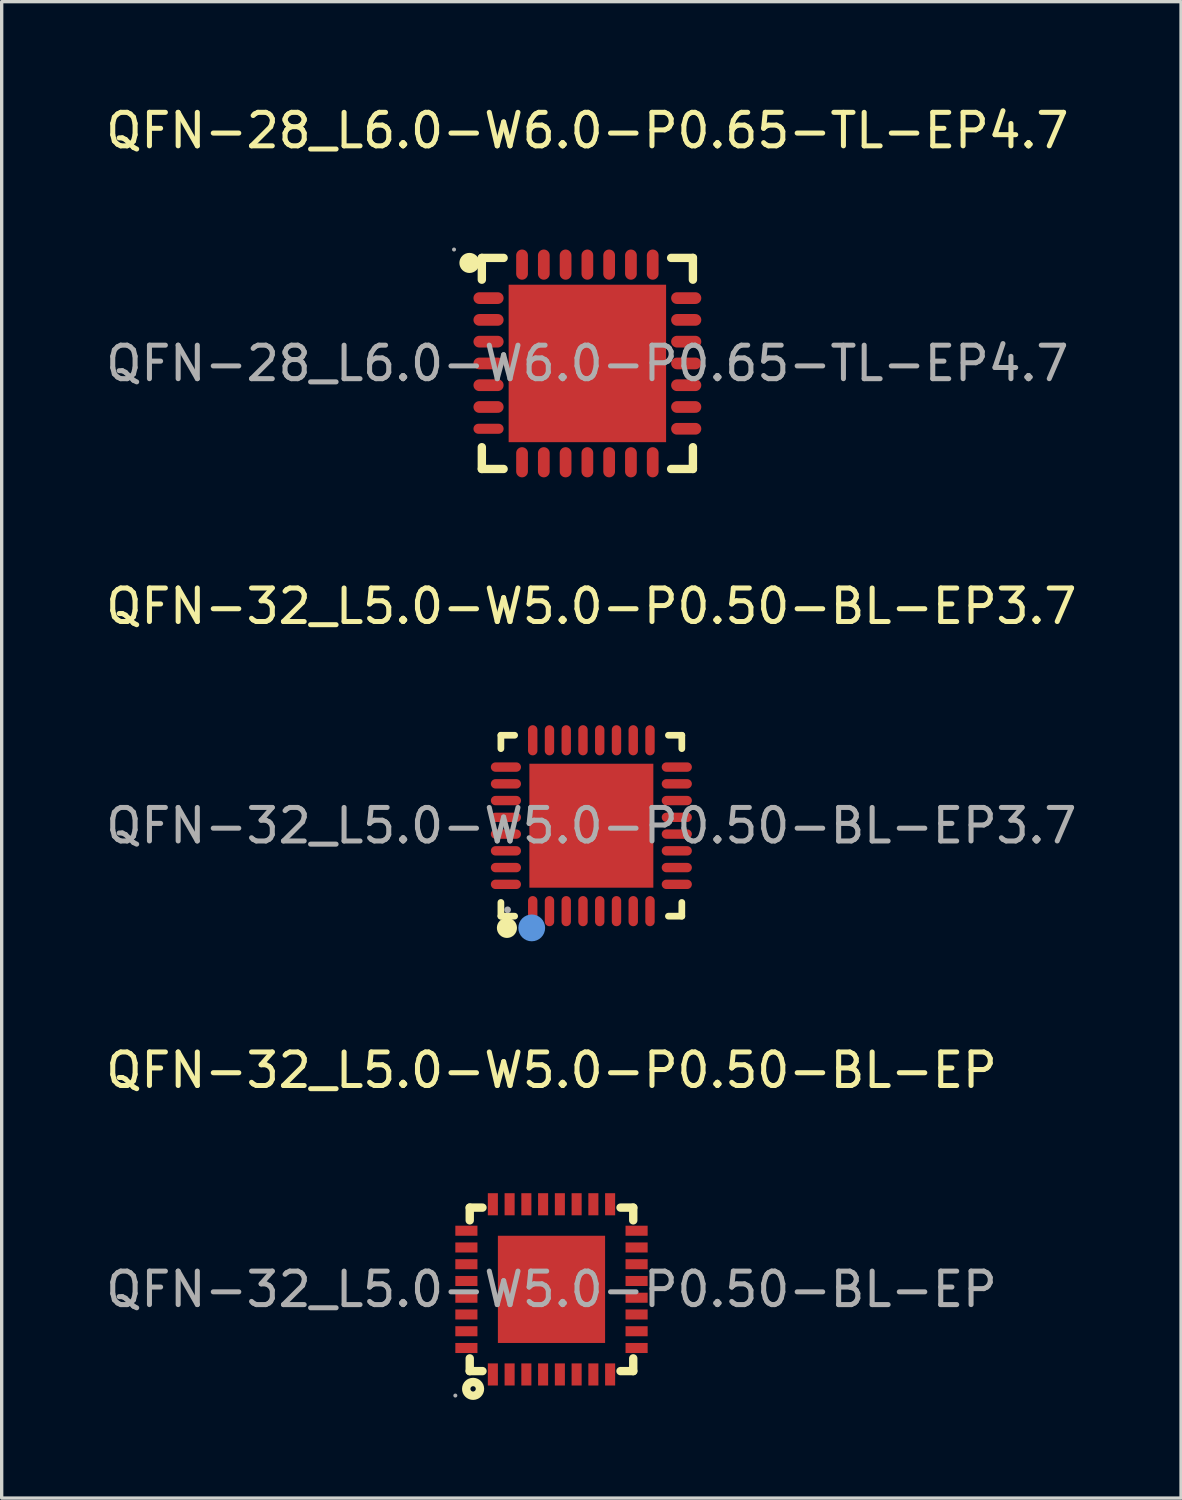
<source format=kicad_pcb>
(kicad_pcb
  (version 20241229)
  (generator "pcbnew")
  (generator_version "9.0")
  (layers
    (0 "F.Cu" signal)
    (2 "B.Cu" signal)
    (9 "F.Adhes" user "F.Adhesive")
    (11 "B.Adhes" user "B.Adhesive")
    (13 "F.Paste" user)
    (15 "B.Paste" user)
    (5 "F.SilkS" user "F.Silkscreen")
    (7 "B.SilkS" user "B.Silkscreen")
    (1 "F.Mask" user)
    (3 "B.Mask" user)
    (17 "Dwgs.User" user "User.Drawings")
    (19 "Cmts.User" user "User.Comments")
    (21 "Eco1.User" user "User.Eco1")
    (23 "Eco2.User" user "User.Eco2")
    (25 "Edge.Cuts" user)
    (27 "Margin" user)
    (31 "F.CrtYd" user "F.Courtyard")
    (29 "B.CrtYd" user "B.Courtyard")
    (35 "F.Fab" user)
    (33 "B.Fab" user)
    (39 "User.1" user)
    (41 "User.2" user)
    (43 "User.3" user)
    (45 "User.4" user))
  (footprint "QFN-32_L5.0-W5.0-P0.50-BL-EP"
    (layer "F.Cu")
    (at 13.411 35.435)
    (property "Reference" "QFN-32_L5.0-W5.0-P0.50-BL-EP" (at 0 -6.54 0) (layer "F.SilkS") (effects (font (size 1 1) (thickness 0.15))))
    (attr through_hole)
    (fp_line (start -2.44 -2.44) (end -2.06 -2.44) (stroke (width 0.25) (type solid)) (layer "F.SilkS"))
    (fp_line (start -2.44 -2.06) (end -2.44 -2.44) (stroke (width 0.25) (type solid)) (layer "F.SilkS"))
    (fp_line (start -2.44 2.44) (end -2.44 2.06) (stroke (width 0.25) (type solid)) (layer "F.SilkS"))
    (fp_line (start -2.06 2.44) (end -2.44 2.44) (stroke (width 0.25) (type solid)) (layer "F.SilkS"))
    (fp_line (start 2.06 -2.44) (end 2.44 -2.44) (stroke (width 0.25) (type solid)) (layer "F.SilkS"))
    (fp_line (start 2.44 -2.44) (end 2.44 -2.06) (stroke (width 0.25) (type solid)) (layer "F.SilkS"))
    (fp_line (start 2.44 2.06) (end 2.44 2.44) (stroke (width 0.25) (type solid)) (layer "F.SilkS"))
    (fp_line (start 2.44 2.44) (end 2.06 2.44) (stroke (width 0.25) (type solid)) (layer "F.SilkS"))
    (fp_circle (center -2.34 2.97) (end -2.26 2.97) (stroke (width 0.25) (type solid)) (fill no) (layer "F.SilkS"))
    (fp_circle (center -2.87 3.17) (end -2.84 3.17) (stroke (width 0.06) (type solid)) (fill no) (layer "F.Fab"))
    (fp_text user "${REFERENCE}" (at 0 0 0) (layer "F.Fab") (effects (font (size 1 1) (thickness 0.15))))
    (pad "1" smd rect (at -1.75 2.54 90) (size 0.66 0.3) (layers "F.Cu" "F.Mask" "F.Paste"))
    (pad "2" smd rect (at -1.25 2.54 90) (size 0.66 0.3) (layers "F.Cu" "F.Mask" "F.Paste"))
    (pad "3" smd rect (at -0.75 2.54 90) (size 0.66 0.3) (layers "F.Cu" "F.Mask" "F.Paste"))
    (pad "4" smd rect (at -0.25 2.54 90) (size 0.66 0.3) (layers "F.Cu" "F.Mask" "F.Paste"))
    (pad "5" smd rect (at 0.25 2.54 90) (size 0.66 0.3) (layers "F.Cu" "F.Mask" "F.Paste"))
    (pad "6" smd rect (at 0.75 2.54 90) (size 0.66 0.3) (layers "F.Cu" "F.Mask" "F.Paste"))
    (pad "7" smd rect (at 1.25 2.54 90) (size 0.66 0.3) (layers "F.Cu" "F.Mask" "F.Paste"))
    (pad "8" smd rect (at 1.75 2.54 90) (size 0.66 0.3) (layers "F.Cu" "F.Mask" "F.Paste"))
    (pad "9" smd rect (at 2.54 1.75 90) (size 0.3 0.66) (layers "F.Cu" "F.Mask" "F.Paste"))
    (pad "10" smd rect (at 2.54 1.25 90) (size 0.3 0.66) (layers "F.Cu" "F.Mask" "F.Paste"))
    (pad "11" smd rect (at 2.54 0.75 90) (size 0.3 0.66) (layers "F.Cu" "F.Mask" "F.Paste"))
    (pad "12" smd rect (at 2.54 0.25 90) (size 0.3 0.66) (layers "F.Cu" "F.Mask" "F.Paste"))
    (pad "13" smd rect (at 2.54 -0.25 90) (size 0.3 0.66) (layers "F.Cu" "F.Mask" "F.Paste"))
    (pad "14" smd rect (at 2.54 -0.75 90) (size 0.3 0.66) (layers "F.Cu" "F.Mask" "F.Paste"))
    (pad "15" smd rect (at 2.54 -1.25 90) (size 0.3 0.66) (layers "F.Cu" "F.Mask" "F.Paste"))
    (pad "16" smd rect (at 2.54 -1.75 90) (size 0.3 0.66) (layers "F.Cu" "F.Mask" "F.Paste"))
    (pad "17" smd rect (at 1.75 -2.54 90) (size 0.66 0.3) (layers "F.Cu" "F.Mask" "F.Paste"))
    (pad "18" smd rect (at 1.25 -2.54 90) (size 0.66 0.3) (layers "F.Cu" "F.Mask" "F.Paste"))
    (pad "19" smd rect (at 0.75 -2.54 90) (size 0.66 0.3) (layers "F.Cu" "F.Mask" "F.Paste"))
    (pad "20" smd rect (at 0.25 -2.54 90) (size 0.66 0.3) (layers "F.Cu" "F.Mask" "F.Paste"))
    (pad "21" smd rect (at -0.25 -2.54 90) (size 0.66 0.3) (layers "F.Cu" "F.Mask" "F.Paste"))
    (pad "22" smd rect (at -0.75 -2.54 90) (size 0.66 0.3) (layers "F.Cu" "F.Mask" "F.Paste"))
    (pad "23" smd rect (at -1.25 -2.54 90) (size 0.66 0.3) (layers "F.Cu" "F.Mask" "F.Paste"))
    (pad "24" smd rect (at -1.75 -2.54 90) (size 0.66 0.3) (layers "F.Cu" "F.Mask" "F.Paste"))
    (pad "25" smd rect (at -2.54 -1.75 90) (size 0.3 0.66) (layers "F.Cu" "F.Mask" "F.Paste"))
    (pad "26" smd rect (at -2.54 -1.25 90) (size 0.3 0.66) (layers "F.Cu" "F.Mask" "F.Paste"))
    (pad "27" smd rect (at -2.54 -0.75 90) (size 0.3 0.66) (layers "F.Cu" "F.Mask" "F.Paste"))
    (pad "28" smd rect (at -2.54 -0.25 90) (size 0.3 0.66) (layers "F.Cu" "F.Mask" "F.Paste"))
    (pad "29" smd rect (at -2.54 0.25 90) (size 0.3 0.66) (layers "F.Cu" "F.Mask" "F.Paste"))
    (pad "30" smd rect (at -2.54 0.75 90) (size 0.3 0.66) (layers "F.Cu" "F.Mask" "F.Paste"))
    (pad "31" smd rect (at -2.54 1.25 90) (size 0.3 0.66) (layers "F.Cu" "F.Mask" "F.Paste"))
    (pad "32" smd rect (at -2.54 1.75 90) (size 0.3 0.66) (layers "F.Cu" "F.Mask" "F.Paste"))
    (pad "33" smd rect (at 0 0 90) (size 3.2 3.2) (layers "F.Cu" "F.Mask" "F.Paste")))
  (footprint "QFN-32_L5.0-W5.0-P0.50-BL-EP3.7"
    (layer "F.Cu")
    (at 14.601 21.596)
    (property "Reference" "QFN-32_L5.0-W5.0-P0.50-BL-EP3.7" (at 0 -6.55 0) (layer "F.SilkS") (effects (font (size 1 1) (thickness 0.15))))
    (attr through_hole)
    (fp_line (start -2.7 -2.7) (end -2.29 -2.7) (stroke (width 0.2) (type solid)) (layer "F.SilkS"))
    (fp_line (start -2.7 -2.3) (end -2.7 -2.7) (stroke (width 0.2) (type solid)) (layer "F.SilkS"))
    (fp_line (start -2.7 2.7) (end -2.7 2.29) (stroke (width 0.2) (type solid)) (layer "F.SilkS"))
    (fp_line (start -2.29 2.7) (end -2.7 2.7) (stroke (width 0.2) (type solid)) (layer "F.SilkS"))
    (fp_line (start 2.3 2.7) (end 2.7 2.7) (stroke (width 0.2) (type solid)) (layer "F.SilkS"))
    (fp_line (start 2.7 -2.7) (end 2.3 -2.7) (stroke (width 0.2) (type solid)) (layer "F.SilkS"))
    (fp_line (start 2.7 -2.3) (end 2.7 -2.7) (stroke (width 0.2) (type solid)) (layer "F.SilkS"))
    (fp_line (start 2.7 2.7) (end 2.7 2.29) (stroke (width 0.2) (type solid)) (layer "F.SilkS"))
    (fp_arc (start -2.52 3.05) (mid -2.52 3.05) (end -2.52 3.05) (stroke (width 0.3) (type solid)) (layer "F.SilkS"))
    (fp_circle (center -1.78 3.05) (end -1.58 3.05) (stroke (width 0.4) (type solid)) (fill no) (layer "Cmts.User"))
    (fp_circle (center -2.5 2.51) (end -2.45 2.51) (stroke (width 0.1) (type solid)) (fill no) (layer "F.Fab"))
    (fp_text user "${REFERENCE}" (at 0 0 0) (layer "F.Fab") (effects (font (size 1 1) (thickness 0.15))))
    (pad "1" smd oval (at -1.75 2.55) (size 0.28 0.9) (layers "F.Cu" "F.Mask" "F.Paste"))
    (pad "2" smd oval (at -1.25 2.55) (size 0.28 0.9) (layers "F.Cu" "F.Mask" "F.Paste"))
    (pad "3" smd oval (at -0.75 2.55) (size 0.28 0.9) (layers "F.Cu" "F.Mask" "F.Paste"))
    (pad "4" smd oval (at -0.25 2.55) (size 0.28 0.9) (layers "F.Cu" "F.Mask" "F.Paste"))
    (pad "5" smd oval (at 0.25 2.55) (size 0.28 0.9) (layers "F.Cu" "F.Mask" "F.Paste"))
    (pad "6" smd oval (at 0.75 2.55) (size 0.28 0.9) (layers "F.Cu" "F.Mask" "F.Paste"))
    (pad "7" smd oval (at 1.25 2.55) (size 0.28 0.9) (layers "F.Cu" "F.Mask" "F.Paste"))
    (pad "8" smd oval (at 1.75 2.55) (size 0.28 0.9) (layers "F.Cu" "F.Mask" "F.Paste"))
    (pad "9" smd oval (at 2.55 1.75) (size 0.9 0.28) (layers "F.Cu" "F.Mask" "F.Paste"))
    (pad "10" smd oval (at 2.55 1.25) (size 0.9 0.28) (layers "F.Cu" "F.Mask" "F.Paste"))
    (pad "11" smd oval (at 2.55 0.75) (size 0.9 0.28) (layers "F.Cu" "F.Mask" "F.Paste"))
    (pad "12" smd oval (at 2.55 0.25) (size 0.9 0.28) (layers "F.Cu" "F.Mask" "F.Paste"))
    (pad "13" smd oval (at 2.55 -0.25) (size 0.9 0.28) (layers "F.Cu" "F.Mask" "F.Paste"))
    (pad "14" smd oval (at 2.55 -0.75) (size 0.9 0.28) (layers "F.Cu" "F.Mask" "F.Paste"))
    (pad "15" smd oval (at 2.55 -1.25) (size 0.9 0.28) (layers "F.Cu" "F.Mask" "F.Paste"))
    (pad "16" smd oval (at 2.55 -1.75) (size 0.9 0.28) (layers "F.Cu" "F.Mask" "F.Paste"))
    (pad "17" smd oval (at 1.75 -2.55) (size 0.28 0.9) (layers "F.Cu" "F.Mask" "F.Paste"))
    (pad "18" smd oval (at 1.25 -2.55) (size 0.28 0.9) (layers "F.Cu" "F.Mask" "F.Paste"))
    (pad "19" smd oval (at 0.75 -2.55) (size 0.28 0.9) (layers "F.Cu" "F.Mask" "F.Paste"))
    (pad "20" smd oval (at 0.25 -2.55) (size 0.28 0.9) (layers "F.Cu" "F.Mask" "F.Paste"))
    (pad "21" smd oval (at -0.25 -2.55) (size 0.28 0.9) (layers "F.Cu" "F.Mask" "F.Paste"))
    (pad "22" smd oval (at -0.75 -2.55) (size 0.28 0.9) (layers "F.Cu" "F.Mask" "F.Paste"))
    (pad "23" smd oval (at -1.25 -2.55) (size 0.28 0.9) (layers "F.Cu" "F.Mask" "F.Paste"))
    (pad "24" smd oval (at -1.75 -2.55) (size 0.28 0.9) (layers "F.Cu" "F.Mask" "F.Paste"))
    (pad "25" smd oval (at -2.55 -1.75) (size 0.9 0.28) (layers "F.Cu" "F.Mask" "F.Paste"))
    (pad "26" smd oval (at -2.55 -1.25) (size 0.9 0.28) (layers "F.Cu" "F.Mask" "F.Paste"))
    (pad "27" smd oval (at -2.55 -0.75) (size 0.9 0.28) (layers "F.Cu" "F.Mask" "F.Paste"))
    (pad "28" smd oval (at -2.55 -0.25) (size 0.9 0.28) (layers "F.Cu" "F.Mask" "F.Paste"))
    (pad "29" smd oval (at -2.55 0.25) (size 0.9 0.28) (layers "F.Cu" "F.Mask" "F.Paste"))
    (pad "30" smd oval (at -2.55 0.75) (size 0.9 0.28) (layers "F.Cu" "F.Mask" "F.Paste"))
    (pad "31" smd oval (at -2.55 1.25) (size 0.9 0.28) (layers "F.Cu" "F.Mask" "F.Paste"))
    (pad "32" smd oval (at -2.55 1.75) (size 0.9 0.28) (layers "F.Cu" "F.Mask" "F.Paste"))
    (pad "33" smd rect (at 0 0) (size 3.7 3.7) (layers "F.Cu" "F.Mask" "F.Paste")))
  (footprint "QFN-28_L6.0-W6.0-P0.65-TL-EP4.7"
    (layer "F.Cu")
    (at 14.482 7.798)
    (property "Reference" "QFN-28_L6.0-W6.0-P0.65-TL-EP4.7" (at 0 -6.95 0) (layer "F.SilkS") (effects (font (size 1 1) (thickness 0.15))))
    (attr through_hole)
    (fp_line (start -3.15 -3.15) (end -2.5 -3.15) (stroke (width 0.25) (type solid)) (layer "F.SilkS"))
    (fp_line (start -3.15 -2.5) (end -3.15 -3.15) (stroke (width 0.25) (type solid)) (layer "F.SilkS"))
    (fp_line (start -3.15 3.15) (end -3.15 2.5) (stroke (width 0.25) (type solid)) (layer "F.SilkS"))
    (fp_line (start -2.5 3.15) (end -3.15 3.15) (stroke (width 0.25) (type solid)) (layer "F.SilkS"))
    (fp_line (start 2.5 -3.15) (end 3.15 -3.15) (stroke (width 0.25) (type solid)) (layer "F.SilkS"))
    (fp_line (start 2.5 3.15) (end 3.15 3.15) (stroke (width 0.25) (type solid)) (layer "F.SilkS"))
    (fp_line (start 3.15 -3.15) (end 3.15 -2.5) (stroke (width 0.25) (type solid)) (layer "F.SilkS"))
    (fp_line (start 3.15 3.15) (end 3.15 2.5) (stroke (width 0.25) (type solid)) (layer "F.SilkS"))
    (fp_arc (start -3.52 -3) (mid -3.52 -3) (end -3.52 -3) (stroke (width 0.3) (type solid)) (layer "F.SilkS"))
    (fp_circle (center -3.98 -3.4) (end -3.95 -3.4) (stroke (width 0.06) (type solid)) (fill no) (layer "F.Fab"))
    (fp_text user "${REFERENCE}" (at 0 0 0) (layer "F.Fab") (effects (font (size 1 1) (thickness 0.15))))
    (pad "1" smd oval (at -2.95 -1.95 90) (size 0.35 0.9) (layers "F.Cu" "F.Mask" "F.Paste"))
    (pad "2" smd oval (at -2.95 -1.3 90) (size 0.35 0.9) (layers "F.Cu" "F.Mask" "F.Paste"))
    (pad "3" smd oval (at -2.95 -0.65 90) (size 0.35 0.9) (layers "F.Cu" "F.Mask" "F.Paste"))
    (pad "4" smd oval (at -2.95 0 90) (size 0.35 0.9) (layers "F.Cu" "F.Mask" "F.Paste"))
    (pad "5" smd oval (at -2.95 0.65 90) (size 0.35 0.9) (layers "F.Cu" "F.Mask" "F.Paste"))
    (pad "6" smd oval (at -2.95 1.3 90) (size 0.35 0.9) (layers "F.Cu" "F.Mask" "F.Paste"))
    (pad "7" smd oval (at -2.95 1.95 90) (size 0.3 0.9) (layers "F.Cu" "F.Mask" "F.Paste"))
    (pad "8" smd oval (at -1.95 2.95) (size 0.35 0.9) (layers "F.Cu" "F.Mask" "F.Paste"))
    (pad "9" smd oval (at -1.3 2.95) (size 0.35 0.9) (layers "F.Cu" "F.Mask" "F.Paste"))
    (pad "10" smd oval (at -0.65 2.95) (size 0.35 0.9) (layers "F.Cu" "F.Mask" "F.Paste"))
    (pad "11" smd oval (at 0 2.95) (size 0.35 0.9) (layers "F.Cu" "F.Mask" "F.Paste"))
    (pad "12" smd oval (at 0.65 2.95) (size 0.35 0.9) (layers "F.Cu" "F.Mask" "F.Paste"))
    (pad "13" smd oval (at 1.3 2.95) (size 0.35 0.9) (layers "F.Cu" "F.Mask" "F.Paste"))
    (pad "14" smd oval (at 1.95 2.95) (size 0.35 0.9) (layers "F.Cu" "F.Mask" "F.Paste"))
    (pad "15" smd oval (at 2.95 1.95 90) (size 0.35 0.9) (layers "F.Cu" "F.Mask" "F.Paste"))
    (pad "16" smd oval (at 2.95 1.3 90) (size 0.35 0.9) (layers "F.Cu" "F.Mask" "F.Paste"))
    (pad "17" smd oval (at 2.95 0.65 90) (size 0.35 0.9) (layers "F.Cu" "F.Mask" "F.Paste"))
    (pad "18" smd oval (at 2.95 0 90) (size 0.35 0.9) (layers "F.Cu" "F.Mask" "F.Paste"))
    (pad "19" smd oval (at 2.95 -0.65 90) (size 0.35 0.9) (layers "F.Cu" "F.Mask" "F.Paste"))
    (pad "20" smd oval (at 2.95 -1.3 90) (size 0.35 0.9) (layers "F.Cu" "F.Mask" "F.Paste"))
    (pad "21" smd oval (at 2.95 -1.95 90) (size 0.35 0.9) (layers "F.Cu" "F.Mask" "F.Paste"))
    (pad "22" smd oval (at 1.95 -2.95) (size 0.35 0.9) (layers "F.Cu" "F.Mask" "F.Paste"))
    (pad "23" smd oval (at 1.3 -2.95) (size 0.35 0.9) (layers "F.Cu" "F.Mask" "F.Paste"))
    (pad "24" smd oval (at 0.65 -2.95) (size 0.35 0.9) (layers "F.Cu" "F.Mask" "F.Paste"))
    (pad "25" smd oval (at 0 -2.95) (size 0.35 0.9) (layers "F.Cu" "F.Mask" "F.Paste"))
    (pad "26" smd oval (at -0.65 -2.95) (size 0.35 0.9) (layers "F.Cu" "F.Mask" "F.Paste"))
    (pad "27" smd oval (at -1.3 -2.95) (size 0.35 0.9) (layers "F.Cu" "F.Mask" "F.Paste"))
    (pad "28" smd oval (at -1.95 -2.95) (size 0.35 0.9) (layers "F.Cu" "F.Mask" "F.Paste"))
    (pad "29" smd rect (at 0 0) (size 4.7 4.7) (layers "F.Cu" "F.Mask" "F.Paste")))
  (gr_rect
    (start -3 -3)
    (end 32.202 41.665)
    (stroke (width 0.1) (type default))
    (fill no)
    (layer "Edge.Cuts")))
</source>
